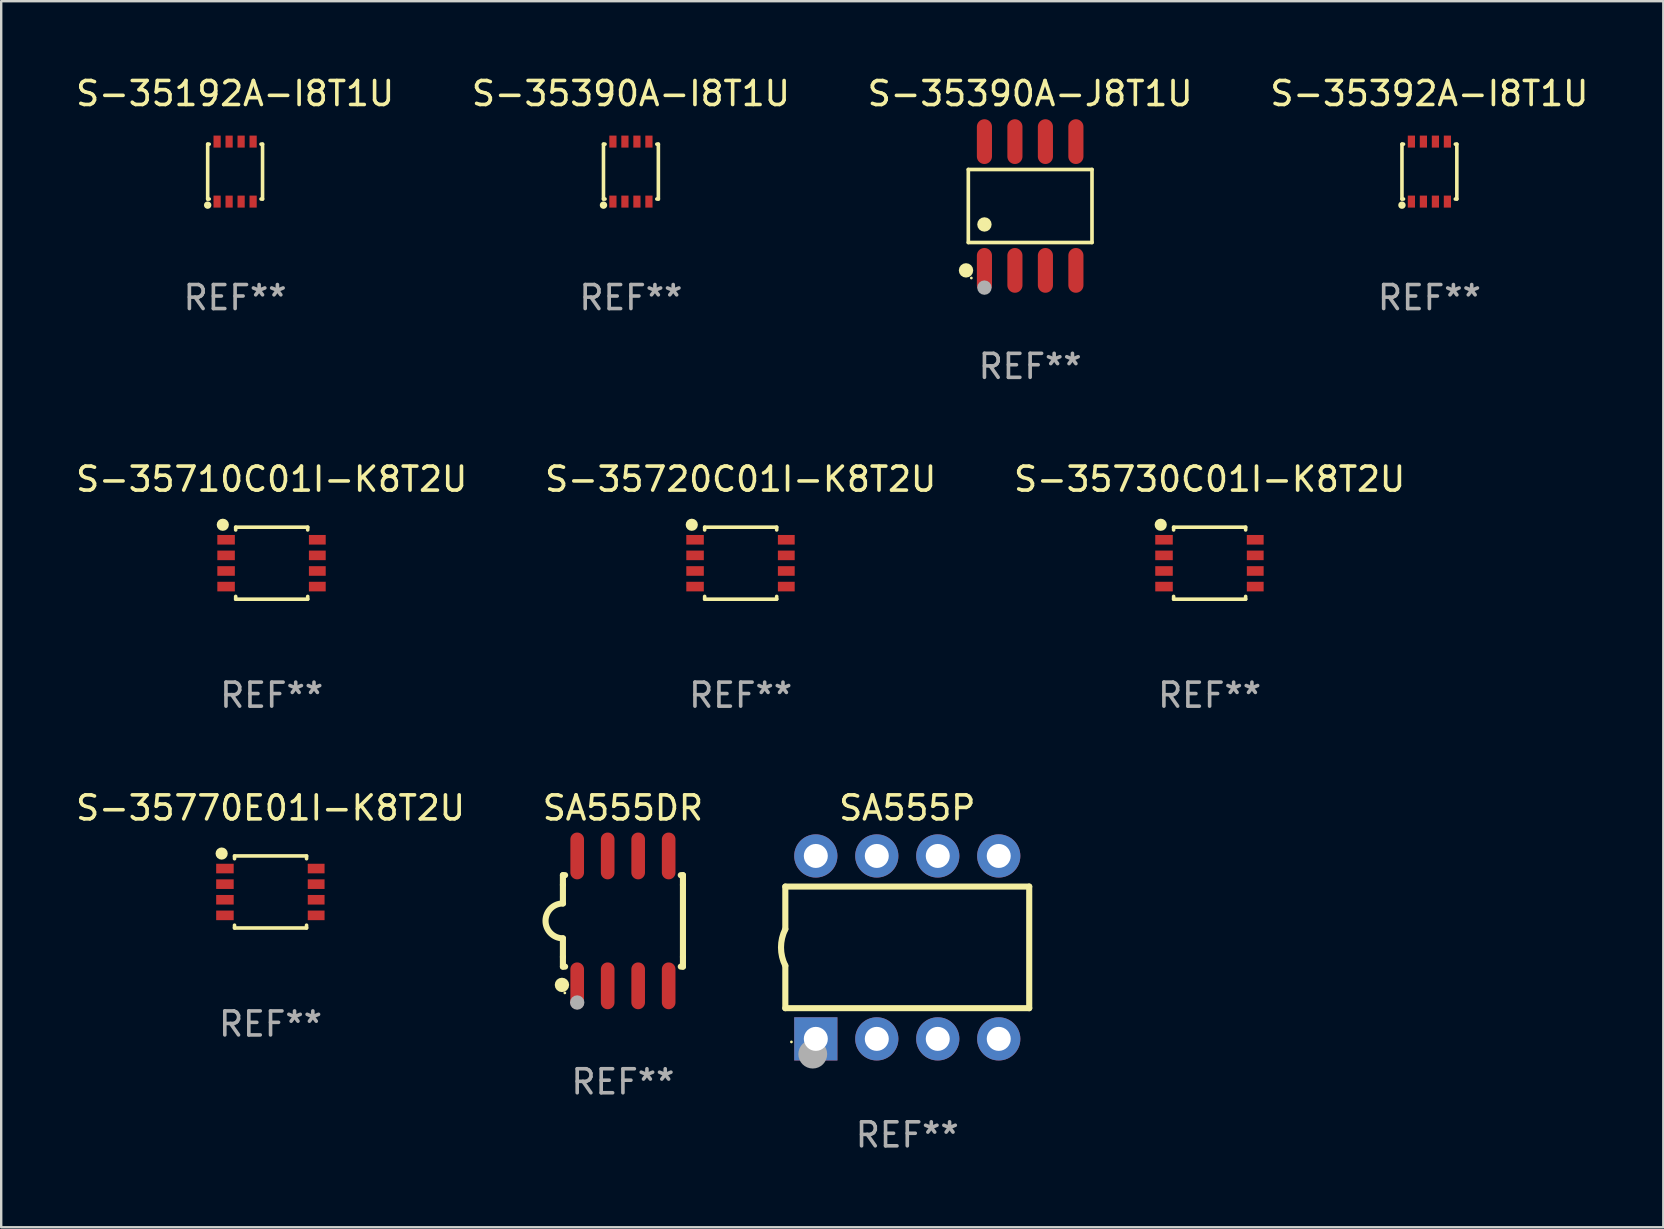
<source format=kicad_pcb>
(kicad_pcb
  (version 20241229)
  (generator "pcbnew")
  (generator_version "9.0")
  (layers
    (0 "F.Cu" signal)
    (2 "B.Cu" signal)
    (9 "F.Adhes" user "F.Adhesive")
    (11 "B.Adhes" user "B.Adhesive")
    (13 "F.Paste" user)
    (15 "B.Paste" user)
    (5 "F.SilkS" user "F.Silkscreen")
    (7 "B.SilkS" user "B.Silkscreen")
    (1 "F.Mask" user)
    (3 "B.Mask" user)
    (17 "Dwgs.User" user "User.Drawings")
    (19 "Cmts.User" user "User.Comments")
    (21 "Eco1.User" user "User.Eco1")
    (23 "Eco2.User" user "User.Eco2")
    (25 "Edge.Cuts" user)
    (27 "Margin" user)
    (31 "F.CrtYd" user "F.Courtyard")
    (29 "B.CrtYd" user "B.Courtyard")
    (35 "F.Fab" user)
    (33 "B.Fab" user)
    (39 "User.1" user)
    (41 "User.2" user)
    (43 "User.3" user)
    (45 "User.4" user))
  (footprint "S-35720C01I-K8T2U"
    (layer "F.Cu")
    (at 27.804 20.41)
    (property "Reference" "S-35720C01I-K8T2U" (at 0 -3.5 0) (layer "F.SilkS") (effects (font (size 1 1) (thickness 0.15))))
    (attr through_hole)
    (fp_line (start -1.5 -1.5) (end 1.5 -1.5) (stroke (width 0.15) (type solid)) (layer "F.SilkS"))
    (fp_line (start -1.5 -1.385) (end -1.5 -1.5) (stroke (width 0.15) (type solid)) (layer "F.SilkS"))
    (fp_line (start -1.5 1.5) (end -1.5 1.385) (stroke (width 0.15) (type solid)) (layer "F.SilkS"))
    (fp_line (start 1.5 -1.5) (end 1.5 -1.385) (stroke (width 0.15) (type solid)) (layer "F.SilkS"))
    (fp_line (start 1.5 1.385) (end 1.5 1.5) (stroke (width 0.15) (type solid)) (layer "F.SilkS"))
    (fp_line (start 1.5 1.5) (end -1.5 1.5) (stroke (width 0.15) (type solid)) (layer "F.SilkS"))
    (fp_circle (center -2.037 -1.6) (end -1.91 -1.6) (stroke (width 0.254) (type solid)) (fill no) (layer "F.SilkS"))
    (fp_text user "REF**" (at 0 5.5 0) (layer "F.Fab") (effects (font (size 1 1) (thickness 0.15))))
    (pad "1" smd rect (at -1.9 -0.975 180) (size 0.73 0.4) (layers "F.Cu" "F.Mask" "F.Paste"))
    (pad "2" smd rect (at -1.9 -0.325 180) (size 0.73 0.4) (layers "F.Cu" "F.Mask" "F.Paste"))
    (pad "3" smd rect (at -1.9 0.325 180) (size 0.73 0.4) (layers "F.Cu" "F.Mask" "F.Paste"))
    (pad "4" smd rect (at -1.9 0.975 180) (size 0.73 0.4) (layers "F.Cu" "F.Mask" "F.Paste"))
    (pad "5" smd rect (at 1.9 0.975 180) (size 0.7 0.4) (layers "F.Cu" "F.Mask" "F.Paste"))
    (pad "6" smd rect (at 1.9 0.325 180) (size 0.7 0.4) (layers "F.Cu" "F.Mask" "F.Paste"))
    (pad "7" smd rect (at 1.9 -0.325 180) (size 0.7 0.4) (layers "F.Cu" "F.Mask" "F.Paste"))
    (pad "8" smd rect (at 1.9 -0.975 180) (size 0.7 0.4) (layers "F.Cu" "F.Mask" "F.Paste")))
  (footprint "S-35390A-I8T1U"
    (layer "F.Cu")
    (at 23.232 4.098)
    (property "Reference" "S-35390A-I8T1U" (at 0 -3.25 0) (layer "F.SilkS") (effects (font (size 1 1) (thickness 0.15))))
    (attr through_hole)
    (fp_line (start -1.143 -1.143) (end -1.143 1.143) (stroke (width 0.15) (type solid)) (layer "F.SilkS"))
    (fp_line (start -1.143 1.143) (end -1.079 1.143) (stroke (width 0.15) (type solid)) (layer "F.SilkS"))
    (fp_line (start -1.079 -1.143) (end -1.143 -1.143) (stroke (width 0.15) (type solid)) (layer "F.SilkS"))
    (fp_line (start 1.079 1.143) (end 1.143 1.143) (stroke (width 0.15) (type solid)) (layer "F.SilkS"))
    (fp_line (start 1.143 -1.143) (end 1.079 -1.143) (stroke (width 0.15) (type solid)) (layer "F.SilkS"))
    (fp_line (start 1.143 1.143) (end 1.143 -1.143) (stroke (width 0.15) (type solid)) (layer "F.SilkS"))
    (fp_circle (center -1.143 1.397) (end -1.063 1.397) (stroke (width 0.15) (type solid)) (fill no) (layer "F.SilkS"))
    (fp_text user "REF**" (at 0 5.25 0) (layer "F.Fab") (effects (font (size 1 1) (thickness 0.15))))
    (pad "1" smd rect (at -0.75 1.25) (size 0.3 0.5) (layers "F.Cu" "F.Mask" "F.Paste"))
    (pad "2" smd rect (at -0.25 1.25) (size 0.3 0.5) (layers "F.Cu" "F.Mask" "F.Paste"))
    (pad "3" smd rect (at 0.25 1.25) (size 0.3 0.5) (layers "F.Cu" "F.Mask" "F.Paste"))
    (pad "4" smd rect (at 0.75 1.25) (size 0.3 0.5) (layers "F.Cu" "F.Mask" "F.Paste"))
    (pad "5" smd rect (at 0.75 -1.25) (size 0.3 0.5) (layers "F.Cu" "F.Mask" "F.Paste"))
    (pad "6" smd rect (at 0.25 -1.25) (size 0.3 0.5) (layers "F.Cu" "F.Mask" "F.Paste"))
    (pad "7" smd rect (at -0.25 -1.25) (size 0.3 0.5) (layers "F.Cu" "F.Mask" "F.Paste"))
    (pad "8" smd rect (at -0.75 -1.25) (size 0.3 0.5) (layers "F.Cu" "F.Mask" "F.Paste")))
  (footprint "SA555P"
    (layer "F.Cu")
    (at 34.744 36.416)
    (property "Reference" "SA555P" (at 0 -5.81 0) (layer "F.SilkS") (effects (font (size 1 1) (thickness 0.15))))
    (attr through_hole)
    (fp_line (start -5.08 -2.534) (end 5.08 -2.534) (stroke (width 0.254) (type solid)) (layer "F.SilkS"))
    (fp_line (start -5.08 -0.762) (end -5.08 -2.534) (stroke (width 0.254) (type solid)) (layer "F.SilkS"))
    (fp_line (start -5.08 2.531) (end -5.08 0.762) (stroke (width 0.254) (type solid)) (layer "F.SilkS"))
    (fp_line (start -5.08 2.531) (end 5.08 2.531) (stroke (width 0.254) (type solid)) (layer "F.SilkS"))
    (fp_line (start 5.08 2.531) (end 5.08 -2.534) (stroke (width 0.254) (type solid)) (layer "F.SilkS"))
    (fp_arc (start -5.08001 0.762001) (mid -5.259894 0) (end -5.08001 -0.762002) (stroke (width 0.254001) (type solid)) (layer "F.SilkS"))
    (fp_circle (center -4.826 3.937) (end -4.796 3.937) (stroke (width 0.06) (type solid)) (fill no) (layer "F.SilkS"))
    (fp_circle (center -3.937 4.445) (end -3.637 4.445) (stroke (width 0.6) (type solid)) (fill no) (layer "F.Fab"))
    (fp_text user "REF**" (at 0 7.81 0) (layer "F.Fab") (effects (font (size 1 1) (thickness 0.15))))
    (pad "1" thru_hole rect (at -3.81 3.81) (size 1.8 1.8) (drill 1) (layers "*.Cu" "*.Mask"))
    (pad "2" thru_hole circle (at -1.27 3.81) (size 1.8 1.8) (drill 1) (layers "*.Cu" "*.Mask"))
    (pad "3" thru_hole circle (at 1.27 3.81) (size 1.8 1.8) (drill 1) (layers "*.Cu" "*.Mask"))
    (pad "4" thru_hole circle (at 3.81 3.81) (size 1.8 1.8) (drill 1) (layers "*.Cu" "*.Mask"))
    (pad "5" thru_hole circle (at 3.81 -3.81) (size 1.8 1.8) (drill 1) (layers "*.Cu" "*.Mask"))
    (pad "6" thru_hole circle (at 1.27 -3.81) (size 1.8 1.8) (drill 1) (layers "*.Cu" "*.Mask"))
    (pad "7" thru_hole circle (at -1.27 -3.81) (size 1.8 1.8) (drill 1) (layers "*.Cu" "*.Mask"))
    (pad "8" thru_hole circle (at -3.81 -3.81) (size 1.8 1.8) (drill 1) (layers "*.Cu" "*.Mask")))
  (footprint "S-35390A-J8T1U"
    (layer "F.Cu")
    (at 39.863 5.531)
    (property "Reference" "S-35390A-J8T1U" (at 0 -4.682 0) (layer "F.SilkS") (effects (font (size 1 1) (thickness 0.15))))
    (attr through_hole)
    (fp_line (start -2.576 -1.521) (end 2.576 -1.521) (stroke (width 0.152) (type solid)) (layer "F.SilkS"))
    (fp_line (start -2.576 1.521) (end -2.576 -1.521) (stroke (width 0.152) (type solid)) (layer "F.SilkS"))
    (fp_line (start 2.576 -1.521) (end 2.576 1.521) (stroke (width 0.152) (type solid)) (layer "F.SilkS"))
    (fp_line (start 2.576 1.521) (end -2.576 1.521) (stroke (width 0.152) (type solid)) (layer "F.SilkS"))
    (fp_circle (center -2.672 2.682) (end -2.522 2.682) (stroke (width 0.3) (type solid)) (fill no) (layer "F.SilkS"))
    (fp_circle (center -2.45 3) (end -2.42 3) (stroke (width 0.06) (type solid)) (fill no) (layer "F.SilkS"))
    (fp_circle (center -1.905 0.769) (end -1.755 0.769) (stroke (width 0.3) (type solid)) (fill no) (layer "F.SilkS"))
    (fp_circle (center -1.905 3.4) (end -1.755 3.4) (stroke (width 0.3) (type solid)) (fill no) (layer "F.Fab"))
    (fp_text user "REF**" (at 0 6.682 0) (layer "F.Fab") (effects (font (size 1 1) (thickness 0.15))))
    (pad "1" smd oval (at -1.905 2.682) (size 0.63 1.865) (layers "F.Cu" "F.Mask" "F.Paste"))
    (pad "2" smd oval (at -0.635 2.682) (size 0.63 1.865) (layers "F.Cu" "F.Mask" "F.Paste"))
    (pad "3" smd oval (at 0.635 2.682) (size 0.63 1.865) (layers "F.Cu" "F.Mask" "F.Paste"))
    (pad "4" smd oval (at 1.905 2.682) (size 0.63 1.865) (layers "F.Cu" "F.Mask" "F.Paste"))
    (pad "5" smd oval (at 1.905 -2.682) (size 0.63 1.865) (layers "F.Cu" "F.Mask" "F.Paste"))
    (pad "6" smd oval (at 0.635 -2.682) (size 0.63 1.865) (layers "F.Cu" "F.Mask" "F.Paste"))
    (pad "7" smd oval (at -0.635 -2.682) (size 0.63 1.865) (layers "F.Cu" "F.Mask" "F.Paste"))
    (pad "8" smd oval (at -1.905 -2.682) (size 0.63 1.865) (layers "F.Cu" "F.Mask" "F.Paste")))
  (footprint "S-35192A-I8T1U"
    (layer "F.Cu")
    (at 6.744 4.098)
    (property "Reference" "S-35192A-I8T1U" (at 0 -3.25 0) (layer "F.SilkS") (effects (font (size 1 1) (thickness 0.15))))
    (attr through_hole)
    (fp_line (start -1.143 -1.143) (end -1.143 1.143) (stroke (width 0.15) (type solid)) (layer "F.SilkS"))
    (fp_line (start -1.143 1.143) (end -1.079 1.143) (stroke (width 0.15) (type solid)) (layer "F.SilkS"))
    (fp_line (start -1.079 -1.143) (end -1.143 -1.143) (stroke (width 0.15) (type solid)) (layer "F.SilkS"))
    (fp_line (start 1.079 1.143) (end 1.143 1.143) (stroke (width 0.15) (type solid)) (layer "F.SilkS"))
    (fp_line (start 1.143 -1.143) (end 1.079 -1.143) (stroke (width 0.15) (type solid)) (layer "F.SilkS"))
    (fp_line (start 1.143 1.143) (end 1.143 -1.143) (stroke (width 0.15) (type solid)) (layer "F.SilkS"))
    (fp_circle (center -1.143 1.397) (end -1.063 1.397) (stroke (width 0.15) (type solid)) (fill no) (layer "F.SilkS"))
    (fp_text user "REF**" (at 0 5.25 0) (layer "F.Fab") (effects (font (size 1 1) (thickness 0.15))))
    (pad "1" smd rect (at -0.75 1.25) (size 0.3 0.5) (layers "F.Cu" "F.Mask" "F.Paste"))
    (pad "2" smd rect (at -0.25 1.25) (size 0.3 0.5) (layers "F.Cu" "F.Mask" "F.Paste"))
    (pad "3" smd rect (at 0.25 1.25) (size 0.3 0.5) (layers "F.Cu" "F.Mask" "F.Paste"))
    (pad "4" smd rect (at 0.75 1.25) (size 0.3 0.5) (layers "F.Cu" "F.Mask" "F.Paste"))
    (pad "5" smd rect (at 0.75 -1.25) (size 0.3 0.5) (layers "F.Cu" "F.Mask" "F.Paste"))
    (pad "6" smd rect (at 0.25 -1.25) (size 0.3 0.5) (layers "F.Cu" "F.Mask" "F.Paste"))
    (pad "7" smd rect (at -0.25 -1.25) (size 0.3 0.5) (layers "F.Cu" "F.Mask" "F.Paste"))
    (pad "8" smd rect (at -0.75 -1.25) (size 0.3 0.5) (layers "F.Cu" "F.Mask" "F.Paste")))
  (footprint "S-35770E01I-K8T2U"
    (layer "F.Cu")
    (at 8.22 34.106)
    (property "Reference" "S-35770E01I-K8T2U" (at 0 -3.5 0) (layer "F.SilkS") (effects (font (size 1 1) (thickness 0.15))))
    (attr through_hole)
    (fp_line (start -1.5 -1.5) (end 1.5 -1.5) (stroke (width 0.15) (type solid)) (layer "F.SilkS"))
    (fp_line (start -1.5 -1.385) (end -1.5 -1.5) (stroke (width 0.15) (type solid)) (layer "F.SilkS"))
    (fp_line (start -1.5 1.5) (end -1.5 1.385) (stroke (width 0.15) (type solid)) (layer "F.SilkS"))
    (fp_line (start 1.5 -1.5) (end 1.5 -1.385) (stroke (width 0.15) (type solid)) (layer "F.SilkS"))
    (fp_line (start 1.5 1.385) (end 1.5 1.5) (stroke (width 0.15) (type solid)) (layer "F.SilkS"))
    (fp_line (start 1.5 1.5) (end -1.5 1.5) (stroke (width 0.15) (type solid)) (layer "F.SilkS"))
    (fp_circle (center -2.037 -1.6) (end -1.91 -1.6) (stroke (width 0.254) (type solid)) (fill no) (layer "F.SilkS"))
    (fp_text user "REF**" (at 0 5.5 0) (layer "F.Fab") (effects (font (size 1 1) (thickness 0.15))))
    (pad "1" smd rect (at -1.9 -0.975 180) (size 0.73 0.4) (layers "F.Cu" "F.Mask" "F.Paste"))
    (pad "2" smd rect (at -1.9 -0.325 180) (size 0.73 0.4) (layers "F.Cu" "F.Mask" "F.Paste"))
    (pad "3" smd rect (at -1.9 0.325 180) (size 0.73 0.4) (layers "F.Cu" "F.Mask" "F.Paste"))
    (pad "4" smd rect (at -1.9 0.975 180) (size 0.73 0.4) (layers "F.Cu" "F.Mask" "F.Paste"))
    (pad "5" smd rect (at 1.9 0.975 180) (size 0.7 0.4) (layers "F.Cu" "F.Mask" "F.Paste"))
    (pad "6" smd rect (at 1.9 0.325 180) (size 0.7 0.4) (layers "F.Cu" "F.Mask" "F.Paste"))
    (pad "7" smd rect (at 1.9 -0.325 180) (size 0.7 0.4) (layers "F.Cu" "F.Mask" "F.Paste"))
    (pad "8" smd rect (at 1.9 -0.975 180) (size 0.7 0.4) (layers "F.Cu" "F.Mask" "F.Paste")))
  (footprint "S-35710C01I-K8T2U"
    (layer "F.Cu")
    (at 8.268 20.41)
    (property "Reference" "S-35710C01I-K8T2U" (at 0 -3.5 0) (layer "F.SilkS") (effects (font (size 1 1) (thickness 0.15))))
    (attr through_hole)
    (fp_line (start -1.5 -1.5) (end 1.5 -1.5) (stroke (width 0.15) (type solid)) (layer "F.SilkS"))
    (fp_line (start -1.5 -1.385) (end -1.5 -1.5) (stroke (width 0.15) (type solid)) (layer "F.SilkS"))
    (fp_line (start -1.5 1.5) (end -1.5 1.385) (stroke (width 0.15) (type solid)) (layer "F.SilkS"))
    (fp_line (start 1.5 -1.5) (end 1.5 -1.385) (stroke (width 0.15) (type solid)) (layer "F.SilkS"))
    (fp_line (start 1.5 1.385) (end 1.5 1.5) (stroke (width 0.15) (type solid)) (layer "F.SilkS"))
    (fp_line (start 1.5 1.5) (end -1.5 1.5) (stroke (width 0.15) (type solid)) (layer "F.SilkS"))
    (fp_circle (center -2.037 -1.6) (end -1.91 -1.6) (stroke (width 0.254) (type solid)) (fill no) (layer "F.SilkS"))
    (fp_text user "REF**" (at 0 5.5 0) (layer "F.Fab") (effects (font (size 1 1) (thickness 0.15))))
    (pad "1" smd rect (at -1.9 -0.975 180) (size 0.73 0.4) (layers "F.Cu" "F.Mask" "F.Paste"))
    (pad "2" smd rect (at -1.9 -0.325 180) (size 0.73 0.4) (layers "F.Cu" "F.Mask" "F.Paste"))
    (pad "3" smd rect (at -1.9 0.325 180) (size 0.73 0.4) (layers "F.Cu" "F.Mask" "F.Paste"))
    (pad "4" smd rect (at -1.9 0.975 180) (size 0.73 0.4) (layers "F.Cu" "F.Mask" "F.Paste"))
    (pad "5" smd rect (at 1.9 0.975 180) (size 0.7 0.4) (layers "F.Cu" "F.Mask" "F.Paste"))
    (pad "6" smd rect (at 1.9 0.325 180) (size 0.7 0.4) (layers "F.Cu" "F.Mask" "F.Paste"))
    (pad "7" smd rect (at 1.9 -0.325 180) (size 0.7 0.4) (layers "F.Cu" "F.Mask" "F.Paste"))
    (pad "8" smd rect (at 1.9 -0.975 180) (size 0.7 0.4) (layers "F.Cu" "F.Mask" "F.Paste")))
  (footprint "SA555DR"
    (layer "F.Cu")
    (at 22.899 35.311)
    (property "Reference" "SA555DR" (at 0 -4.705 0) (layer "F.SilkS") (effects (font (size 1 1) (thickness 0.15))))
    (attr through_hole)
    (fp_line (start -2.5 -1.905) (end -2.409 -1.905) (stroke (width 0.254) (type solid)) (layer "F.SilkS"))
    (fp_line (start -2.5 -1.5) (end -2.5 -1.905) (stroke (width 0.254) (type solid)) (layer "F.SilkS"))
    (fp_line (start -2.5 -1.5) (end -2.5 -0.726) (stroke (width 0.254) (type solid)) (layer "F.SilkS"))
    (fp_line (start -2.5 1.5) (end -2.5 0.727) (stroke (width 0.254) (type solid)) (layer "F.SilkS"))
    (fp_line (start -2.5 1.5) (end -2.5 1.905) (stroke (width 0.254) (type solid)) (layer "F.SilkS"))
    (fp_line (start -2.5 1.905) (end -2.409 1.905) (stroke (width 0.254) (type solid)) (layer "F.SilkS"))
    (fp_line (start 2.5 -1.905) (end 2.409 -1.905) (stroke (width 0.254) (type solid)) (layer "F.SilkS"))
    (fp_line (start 2.5 -1.5) (end 2.5 -1.905) (stroke (width 0.254) (type solid)) (layer "F.SilkS"))
    (fp_line (start 2.5 -1.5) (end 2.5 1.5) (stroke (width 0.254) (type solid)) (layer "F.SilkS"))
    (fp_line (start 2.5 1.5) (end 2.5 1.905) (stroke (width 0.254) (type solid)) (layer "F.SilkS"))
    (fp_line (start 2.5 1.905) (end 2.409 1.905) (stroke (width 0.254) (type solid)) (layer "F.SilkS"))
    (fp_arc (start -2.5 0.726568) (mid -3.220316 -0.0023) (end -2.495097 -0.726289) (stroke (width 0.254001) (type solid)) (layer "F.SilkS"))
    (fp_circle (center -2.54 2.667) (end -2.39 2.667) (stroke (width 0.3) (type solid)) (fill no) (layer "F.SilkS"))
    (fp_circle (center -2.42 3) (end -2.39 3) (stroke (width 0.06) (type solid)) (fill no) (layer "F.SilkS"))
    (fp_circle (center -1.905 3.4) (end -1.755 3.4) (stroke (width 0.3) (type solid)) (fill no) (layer "F.Fab"))
    (fp_text user "REF**" (at 0 6.705 0) (layer "F.Fab") (effects (font (size 1 1) (thickness 0.15))))
    (pad "1" smd oval (at -1.905 2.705) (size 0.568 1.95) (layers "F.Cu" "F.Mask" "F.Paste"))
    (pad "2" smd oval (at -0.635 2.705) (size 0.568 1.95) (layers "F.Cu" "F.Mask" "F.Paste"))
    (pad "3" smd oval (at 0.635 2.705) (size 0.568 1.95) (layers "F.Cu" "F.Mask" "F.Paste"))
    (pad "4" smd oval (at 1.905 2.705) (size 0.568 1.95) (layers "F.Cu" "F.Mask" "F.Paste"))
    (pad "5" smd oval (at 1.905 -2.705) (size 0.568 1.95) (layers "F.Cu" "F.Mask" "F.Paste"))
    (pad "6" smd oval (at 0.635 -2.705) (size 0.568 1.95) (layers "F.Cu" "F.Mask" "F.Paste"))
    (pad "7" smd oval (at -0.635 -2.705) (size 0.568 1.95) (layers "F.Cu" "F.Mask" "F.Paste"))
    (pad "8" smd oval (at -1.905 -2.705) (size 0.568 1.95) (layers "F.Cu" "F.Mask" "F.Paste")))
  (footprint "S-35392A-I8T1U"
    (layer "F.Cu")
    (at 56.494 4.098)
    (property "Reference" "S-35392A-I8T1U" (at 0 -3.25 0) (layer "F.SilkS") (effects (font (size 1 1) (thickness 0.15))))
    (attr through_hole)
    (fp_line (start -1.143 -1.143) (end -1.143 1.143) (stroke (width 0.15) (type solid)) (layer "F.SilkS"))
    (fp_line (start -1.143 1.143) (end -1.079 1.143) (stroke (width 0.15) (type solid)) (layer "F.SilkS"))
    (fp_line (start -1.079 -1.143) (end -1.143 -1.143) (stroke (width 0.15) (type solid)) (layer "F.SilkS"))
    (fp_line (start 1.079 1.143) (end 1.143 1.143) (stroke (width 0.15) (type solid)) (layer "F.SilkS"))
    (fp_line (start 1.143 -1.143) (end 1.079 -1.143) (stroke (width 0.15) (type solid)) (layer "F.SilkS"))
    (fp_line (start 1.143 1.143) (end 1.143 -1.143) (stroke (width 0.15) (type solid)) (layer "F.SilkS"))
    (fp_circle (center -1.143 1.397) (end -1.063 1.397) (stroke (width 0.15) (type solid)) (fill no) (layer "F.SilkS"))
    (fp_text user "REF**" (at 0 5.25 0) (layer "F.Fab") (effects (font (size 1 1) (thickness 0.15))))
    (pad "1" smd rect (at -0.75 1.25) (size 0.3 0.5) (layers "F.Cu" "F.Mask" "F.Paste"))
    (pad "2" smd rect (at -0.25 1.25) (size 0.3 0.5) (layers "F.Cu" "F.Mask" "F.Paste"))
    (pad "3" smd rect (at 0.25 1.25) (size 0.3 0.5) (layers "F.Cu" "F.Mask" "F.Paste"))
    (pad "4" smd rect (at 0.75 1.25) (size 0.3 0.5) (layers "F.Cu" "F.Mask" "F.Paste"))
    (pad "5" smd rect (at 0.75 -1.25) (size 0.3 0.5) (layers "F.Cu" "F.Mask" "F.Paste"))
    (pad "6" smd rect (at 0.25 -1.25) (size 0.3 0.5) (layers "F.Cu" "F.Mask" "F.Paste"))
    (pad "7" smd rect (at -0.25 -1.25) (size 0.3 0.5) (layers "F.Cu" "F.Mask" "F.Paste"))
    (pad "8" smd rect (at -0.75 -1.25) (size 0.3 0.5) (layers "F.Cu" "F.Mask" "F.Paste")))
  (footprint "S-35730C01I-K8T2U"
    (layer "F.Cu")
    (at 47.339 20.41)
    (property "Reference" "S-35730C01I-K8T2U" (at 0 -3.5 0) (layer "F.SilkS") (effects (font (size 1 1) (thickness 0.15))))
    (attr through_hole)
    (fp_line (start -1.5 -1.5) (end 1.5 -1.5) (stroke (width 0.15) (type solid)) (layer "F.SilkS"))
    (fp_line (start -1.5 -1.385) (end -1.5 -1.5) (stroke (width 0.15) (type solid)) (layer "F.SilkS"))
    (fp_line (start -1.5 1.5) (end -1.5 1.385) (stroke (width 0.15) (type solid)) (layer "F.SilkS"))
    (fp_line (start 1.5 -1.5) (end 1.5 -1.385) (stroke (width 0.15) (type solid)) (layer "F.SilkS"))
    (fp_line (start 1.5 1.385) (end 1.5 1.5) (stroke (width 0.15) (type solid)) (layer "F.SilkS"))
    (fp_line (start 1.5 1.5) (end -1.5 1.5) (stroke (width 0.15) (type solid)) (layer "F.SilkS"))
    (fp_circle (center -2.037 -1.6) (end -1.91 -1.6) (stroke (width 0.254) (type solid)) (fill no) (layer "F.SilkS"))
    (fp_text user "REF**" (at 0 5.5 0) (layer "F.Fab") (effects (font (size 1 1) (thickness 0.15))))
    (pad "1" smd rect (at -1.9 -0.975 180) (size 0.73 0.4) (layers "F.Cu" "F.Mask" "F.Paste"))
    (pad "2" smd rect (at -1.9 -0.325 180) (size 0.73 0.4) (layers "F.Cu" "F.Mask" "F.Paste"))
    (pad "3" smd rect (at -1.9 0.325 180) (size 0.73 0.4) (layers "F.Cu" "F.Mask" "F.Paste"))
    (pad "4" smd rect (at -1.9 0.975 180) (size 0.73 0.4) (layers "F.Cu" "F.Mask" "F.Paste"))
    (pad "5" smd rect (at 1.9 0.975 180) (size 0.7 0.4) (layers "F.Cu" "F.Mask" "F.Paste"))
    (pad "6" smd rect (at 1.9 0.325 180) (size 0.7 0.4) (layers "F.Cu" "F.Mask" "F.Paste"))
    (pad "7" smd rect (at 1.9 -0.325 180) (size 0.7 0.4) (layers "F.Cu" "F.Mask" "F.Paste"))
    (pad "8" smd rect (at 1.9 -0.975 180) (size 0.7 0.4) (layers "F.Cu" "F.Mask" "F.Paste")))
  (gr_rect
    (start -3 -3)
    (end 66.238 48.075)
    (stroke (width 0.1) (type default))
    (fill no)
    (layer "Edge.Cuts")))
</source>
